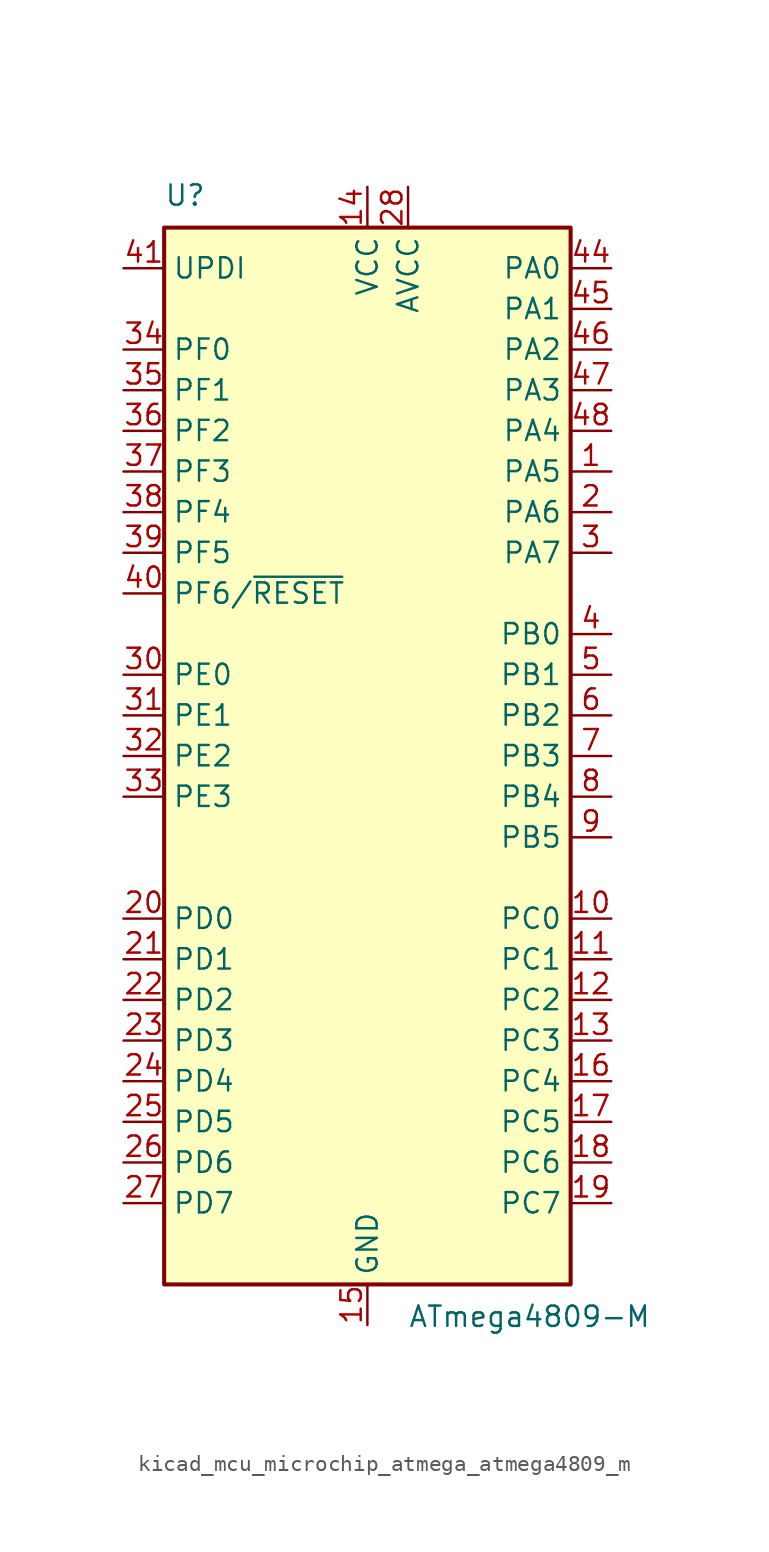
<source format=kicad_sym>
(kicad_symbol_lib
  (version 20220914)
  (generator kicad_symbol_editor)
  (symbol "kicad_mcu_microchip_atmega_atmega4809_m"
    (property "Reference" "U"
      (at -12.7 34.29 0)
      (effects (font (size 1.27 1.27)) (justify left bottom)))
    (property "Value" "ATmega4809-M"
      (at 2.54 -34.29 0)
      (effects (font (size 1.27 1.27)) (justify left top)))
    (symbol "kicad_mcu_microchip_atmega_atmega4809_m_0_1"
      (rectangle (start -12.7 -33.02) (end 12.7 33.02) (stroke (width 0.254) (type default)) (fill (type background))))
    (symbol "kicad_mcu_microchip_atmega_atmega4809_m_1_1"
      (pin bidirectional line (at 15.24 17.78 180) (length 2.54) (name "PA5" (effects (font (size 1.27 1.27)))) (number "1" (effects (font (size 1.27 1.27)))))
      (pin bidirectional line (at 15.24 -10.16 180) (length 2.54) (name "PC0" (effects (font (size 1.27 1.27)))) (number "10" (effects (font (size 1.27 1.27)))))
      (pin bidirectional line (at 15.24 -12.7 180) (length 2.54) (name "PC1" (effects (font (size 1.27 1.27)))) (number "11" (effects (font (size 1.27 1.27)))))
      (pin bidirectional line (at 15.24 -15.24 180) (length 2.54) (name "PC2" (effects (font (size 1.27 1.27)))) (number "12" (effects (font (size 1.27 1.27)))))
      (pin bidirectional line (at 15.24 -17.78 180) (length 2.54) (name "PC3" (effects (font (size 1.27 1.27)))) (number "13" (effects (font (size 1.27 1.27)))))
      (pin power_in line (at 0 35.56 270) (length 2.54) (name "VCC" (effects (font (size 1.27 1.27)))) (number "14" (effects (font (size 1.27 1.27)))))
      (pin power_in line (at 0 -35.56 90) (length 2.54) (name "GND" (effects (font (size 1.27 1.27)))) (number "15" (effects (font (size 1.27 1.27)))))
      (pin bidirectional line (at 15.24 -20.32 180) (length 2.54) (name "PC4" (effects (font (size 1.27 1.27)))) (number "16" (effects (font (size 1.27 1.27)))))
      (pin bidirectional line (at 15.24 -22.86 180) (length 2.54) (name "PC5" (effects (font (size 1.27 1.27)))) (number "17" (effects (font (size 1.27 1.27)))))
      (pin bidirectional line (at 15.24 -25.4 180) (length 2.54) (name "PC6" (effects (font (size 1.27 1.27)))) (number "18" (effects (font (size 1.27 1.27)))))
      (pin bidirectional line (at 15.24 -27.94 180) (length 2.54) (name "PC7" (effects (font (size 1.27 1.27)))) (number "19" (effects (font (size 1.27 1.27)))))
      (pin bidirectional line (at 15.24 15.24 180) (length 2.54) (name "PA6" (effects (font (size 1.27 1.27)))) (number "2" (effects (font (size 1.27 1.27)))))
      (pin bidirectional line (at -15.24 -10.16 0) (length 2.54) (name "PD0" (effects (font (size 1.27 1.27)))) (number "20" (effects (font (size 1.27 1.27)))))
      (pin bidirectional line (at -15.24 -12.7 0) (length 2.54) (name "PD1" (effects (font (size 1.27 1.27)))) (number "21" (effects (font (size 1.27 1.27)))))
      (pin bidirectional line (at -15.24 -15.24 0) (length 2.54) (name "PD2" (effects (font (size 1.27 1.27)))) (number "22" (effects (font (size 1.27 1.27)))))
      (pin bidirectional line (at -15.24 -17.78 0) (length 2.54) (name "PD3" (effects (font (size 1.27 1.27)))) (number "23" (effects (font (size 1.27 1.27)))))
      (pin bidirectional line (at -15.24 -20.32 0) (length 2.54) (name "PD4" (effects (font (size 1.27 1.27)))) (number "24" (effects (font (size 1.27 1.27)))))
      (pin bidirectional line (at -15.24 -22.86 0) (length 2.54) (name "PD5" (effects (font (size 1.27 1.27)))) (number "25" (effects (font (size 1.27 1.27)))))
      (pin bidirectional line (at -15.24 -25.4 0) (length 2.54) (name "PD6" (effects (font (size 1.27 1.27)))) (number "26" (effects (font (size 1.27 1.27)))))
      (pin bidirectional line (at -15.24 -27.94 0) (length 2.54) (name "PD7" (effects (font (size 1.27 1.27)))) (number "27" (effects (font (size 1.27 1.27)))))
      (pin power_in line (at 2.54 35.56 270) (length 2.54) (name "AVCC" (effects (font (size 1.27 1.27)))) (number "28" (effects (font (size 1.27 1.27)))))
      (pin passive line (at 0 -35.56 90) (length 2.54) hide (name "GND" (effects (font (size 1.27 1.27)))) (number "29" (effects (font (size 1.27 1.27)))))
      (pin bidirectional line (at 15.24 12.7 180) (length 2.54) (name "PA7" (effects (font (size 1.27 1.27)))) (number "3" (effects (font (size 1.27 1.27)))))
      (pin bidirectional line (at -15.24 5.08 0) (length 2.54) (name "PE0" (effects (font (size 1.27 1.27)))) (number "30" (effects (font (size 1.27 1.27)))))
      (pin bidirectional line (at -15.24 2.54 0) (length 2.54) (name "PE1" (effects (font (size 1.27 1.27)))) (number "31" (effects (font (size 1.27 1.27)))))
      (pin bidirectional line (at -15.24 0 0) (length 2.54) (name "PE2" (effects (font (size 1.27 1.27)))) (number "32" (effects (font (size 1.27 1.27)))))
      (pin bidirectional line (at -15.24 -2.54 0) (length 2.54) (name "PE3" (effects (font (size 1.27 1.27)))) (number "33" (effects (font (size 1.27 1.27)))))
      (pin bidirectional line (at -15.24 25.4 0) (length 2.54) (name "PF0" (effects (font (size 1.27 1.27)))) (number "34" (effects (font (size 1.27 1.27)))))
      (pin bidirectional line (at -15.24 22.86 0) (length 2.54) (name "PF1" (effects (font (size 1.27 1.27)))) (number "35" (effects (font (size 1.27 1.27)))))
      (pin bidirectional line (at -15.24 20.32 0) (length 2.54) (name "PF2" (effects (font (size 1.27 1.27)))) (number "36" (effects (font (size 1.27 1.27)))))
      (pin bidirectional line (at -15.24 17.78 0) (length 2.54) (name "PF3" (effects (font (size 1.27 1.27)))) (number "37" (effects (font (size 1.27 1.27)))))
      (pin bidirectional line (at -15.24 15.24 0) (length 2.54) (name "PF4" (effects (font (size 1.27 1.27)))) (number "38" (effects (font (size 1.27 1.27)))))
      (pin bidirectional line (at -15.24 12.7 0) (length 2.54) (name "PF5" (effects (font (size 1.27 1.27)))) (number "39" (effects (font (size 1.27 1.27)))))
      (pin bidirectional line (at 15.24 7.62 180) (length 2.54) (name "PB0" (effects (font (size 1.27 1.27)))) (number "4" (effects (font (size 1.27 1.27)))))
      (pin bidirectional line (at -15.24 10.16 0) (length 2.54) (name "PF6/~{RESET}" (effects (font (size 1.27 1.27)))) (number "40" (effects (font (size 1.27 1.27)))))
      (pin bidirectional line (at -15.24 30.48 0) (length 2.54) (name "UPDI" (effects (font (size 1.27 1.27)))) (number "41" (effects (font (size 1.27 1.27)))))
      (pin passive line (at 0 35.56 270) (length 2.54) hide (name "VCC" (effects (font (size 1.27 1.27)))) (number "42" (effects (font (size 1.27 1.27)))))
      (pin passive line (at 0 -35.56 90) (length 2.54) hide (name "GND" (effects (font (size 1.27 1.27)))) (number "43" (effects (font (size 1.27 1.27)))))
      (pin bidirectional line (at 15.24 30.48 180) (length 2.54) (name "PA0" (effects (font (size 1.27 1.27)))) (number "44" (effects (font (size 1.27 1.27)))))
      (pin bidirectional line (at 15.24 27.94 180) (length 2.54) (name "PA1" (effects (font (size 1.27 1.27)))) (number "45" (effects (font (size 1.27 1.27)))))
      (pin bidirectional line (at 15.24 25.4 180) (length 2.54) (name "PA2" (effects (font (size 1.27 1.27)))) (number "46" (effects (font (size 1.27 1.27)))))
      (pin bidirectional line (at 15.24 22.86 180) (length 2.54) (name "PA3" (effects (font (size 1.27 1.27)))) (number "47" (effects (font (size 1.27 1.27)))))
      (pin bidirectional line (at 15.24 20.32 180) (length 2.54) (name "PA4" (effects (font (size 1.27 1.27)))) (number "48" (effects (font (size 1.27 1.27)))))
      (pin passive line (at 0 -35.56 90) (length 2.54) hide (name "GND" (effects (font (size 1.27 1.27)))) (number "49" (effects (font (size 1.27 1.27)))))
      (pin bidirectional line (at 15.24 5.08 180) (length 2.54) (name "PB1" (effects (font (size 1.27 1.27)))) (number "5" (effects (font (size 1.27 1.27)))))
      (pin bidirectional line (at 15.24 2.54 180) (length 2.54) (name "PB2" (effects (font (size 1.27 1.27)))) (number "6" (effects (font (size 1.27 1.27)))))
      (pin bidirectional line (at 15.24 0 180) (length 2.54) (name "PB3" (effects (font (size 1.27 1.27)))) (number "7" (effects (font (size 1.27 1.27)))))
      (pin bidirectional line (at 15.24 -2.54 180) (length 2.54) (name "PB4" (effects (font (size 1.27 1.27)))) (number "8" (effects (font (size 1.27 1.27)))))
      (pin bidirectional line (at 15.24 -5.08 180) (length 2.54) (name "PB5" (effects (font (size 1.27 1.27)))) (number "9" (effects (font (size 1.27 1.27))))))))
</source>
